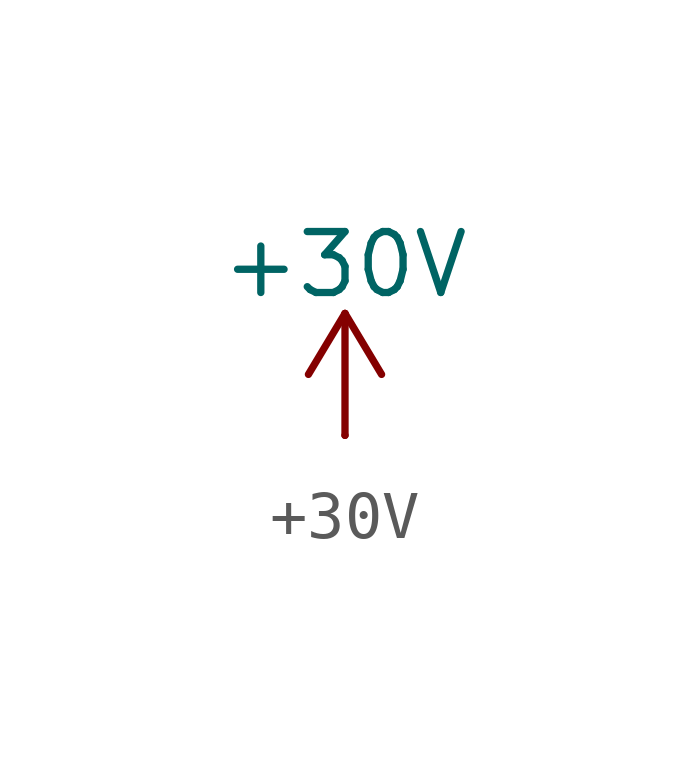
<source format=kicad_sym>
(kicad_symbol_lib
  (version 20241209)
  (generator "kicad_symbol_editor")
  (generator_version "9.0")
  (symbol "+30V"
    (power)
    (pin_numbers
      (hide yes))
    (pin_names
      (offset 0)
      (hide yes))
    (property "Reference" "#PWR"
      (at 0 -3.81 0)
      (effects (font (size 1.27 1.27)) (hide yes)))
    (property "Value" "+30V"
      (at 0 3.556 0)
      (effects (font (size 1.27 1.27))))
    (symbol "+30V_0_1"
      (polyline (pts (xy -0.762 1.27) (xy 0 2.54)) (stroke (width 0) (type default)) (fill (type none)))
      (polyline (pts (xy 0 2.54) (xy 0.762 1.27)) (stroke (width 0) (type default)) (fill (type none)))
      (polyline (pts (xy 0 0) (xy 0 2.54)) (stroke (width 0) (type default)) (fill (type none))))
    (symbol "+30V_1_1"
      (pin power_in line (at 0 0 90) (length 0) (name "~" (effects (font (size 1.27 1.27)))) (number "1" (effects (font (size 1.27 1.27))))))))
</source>
